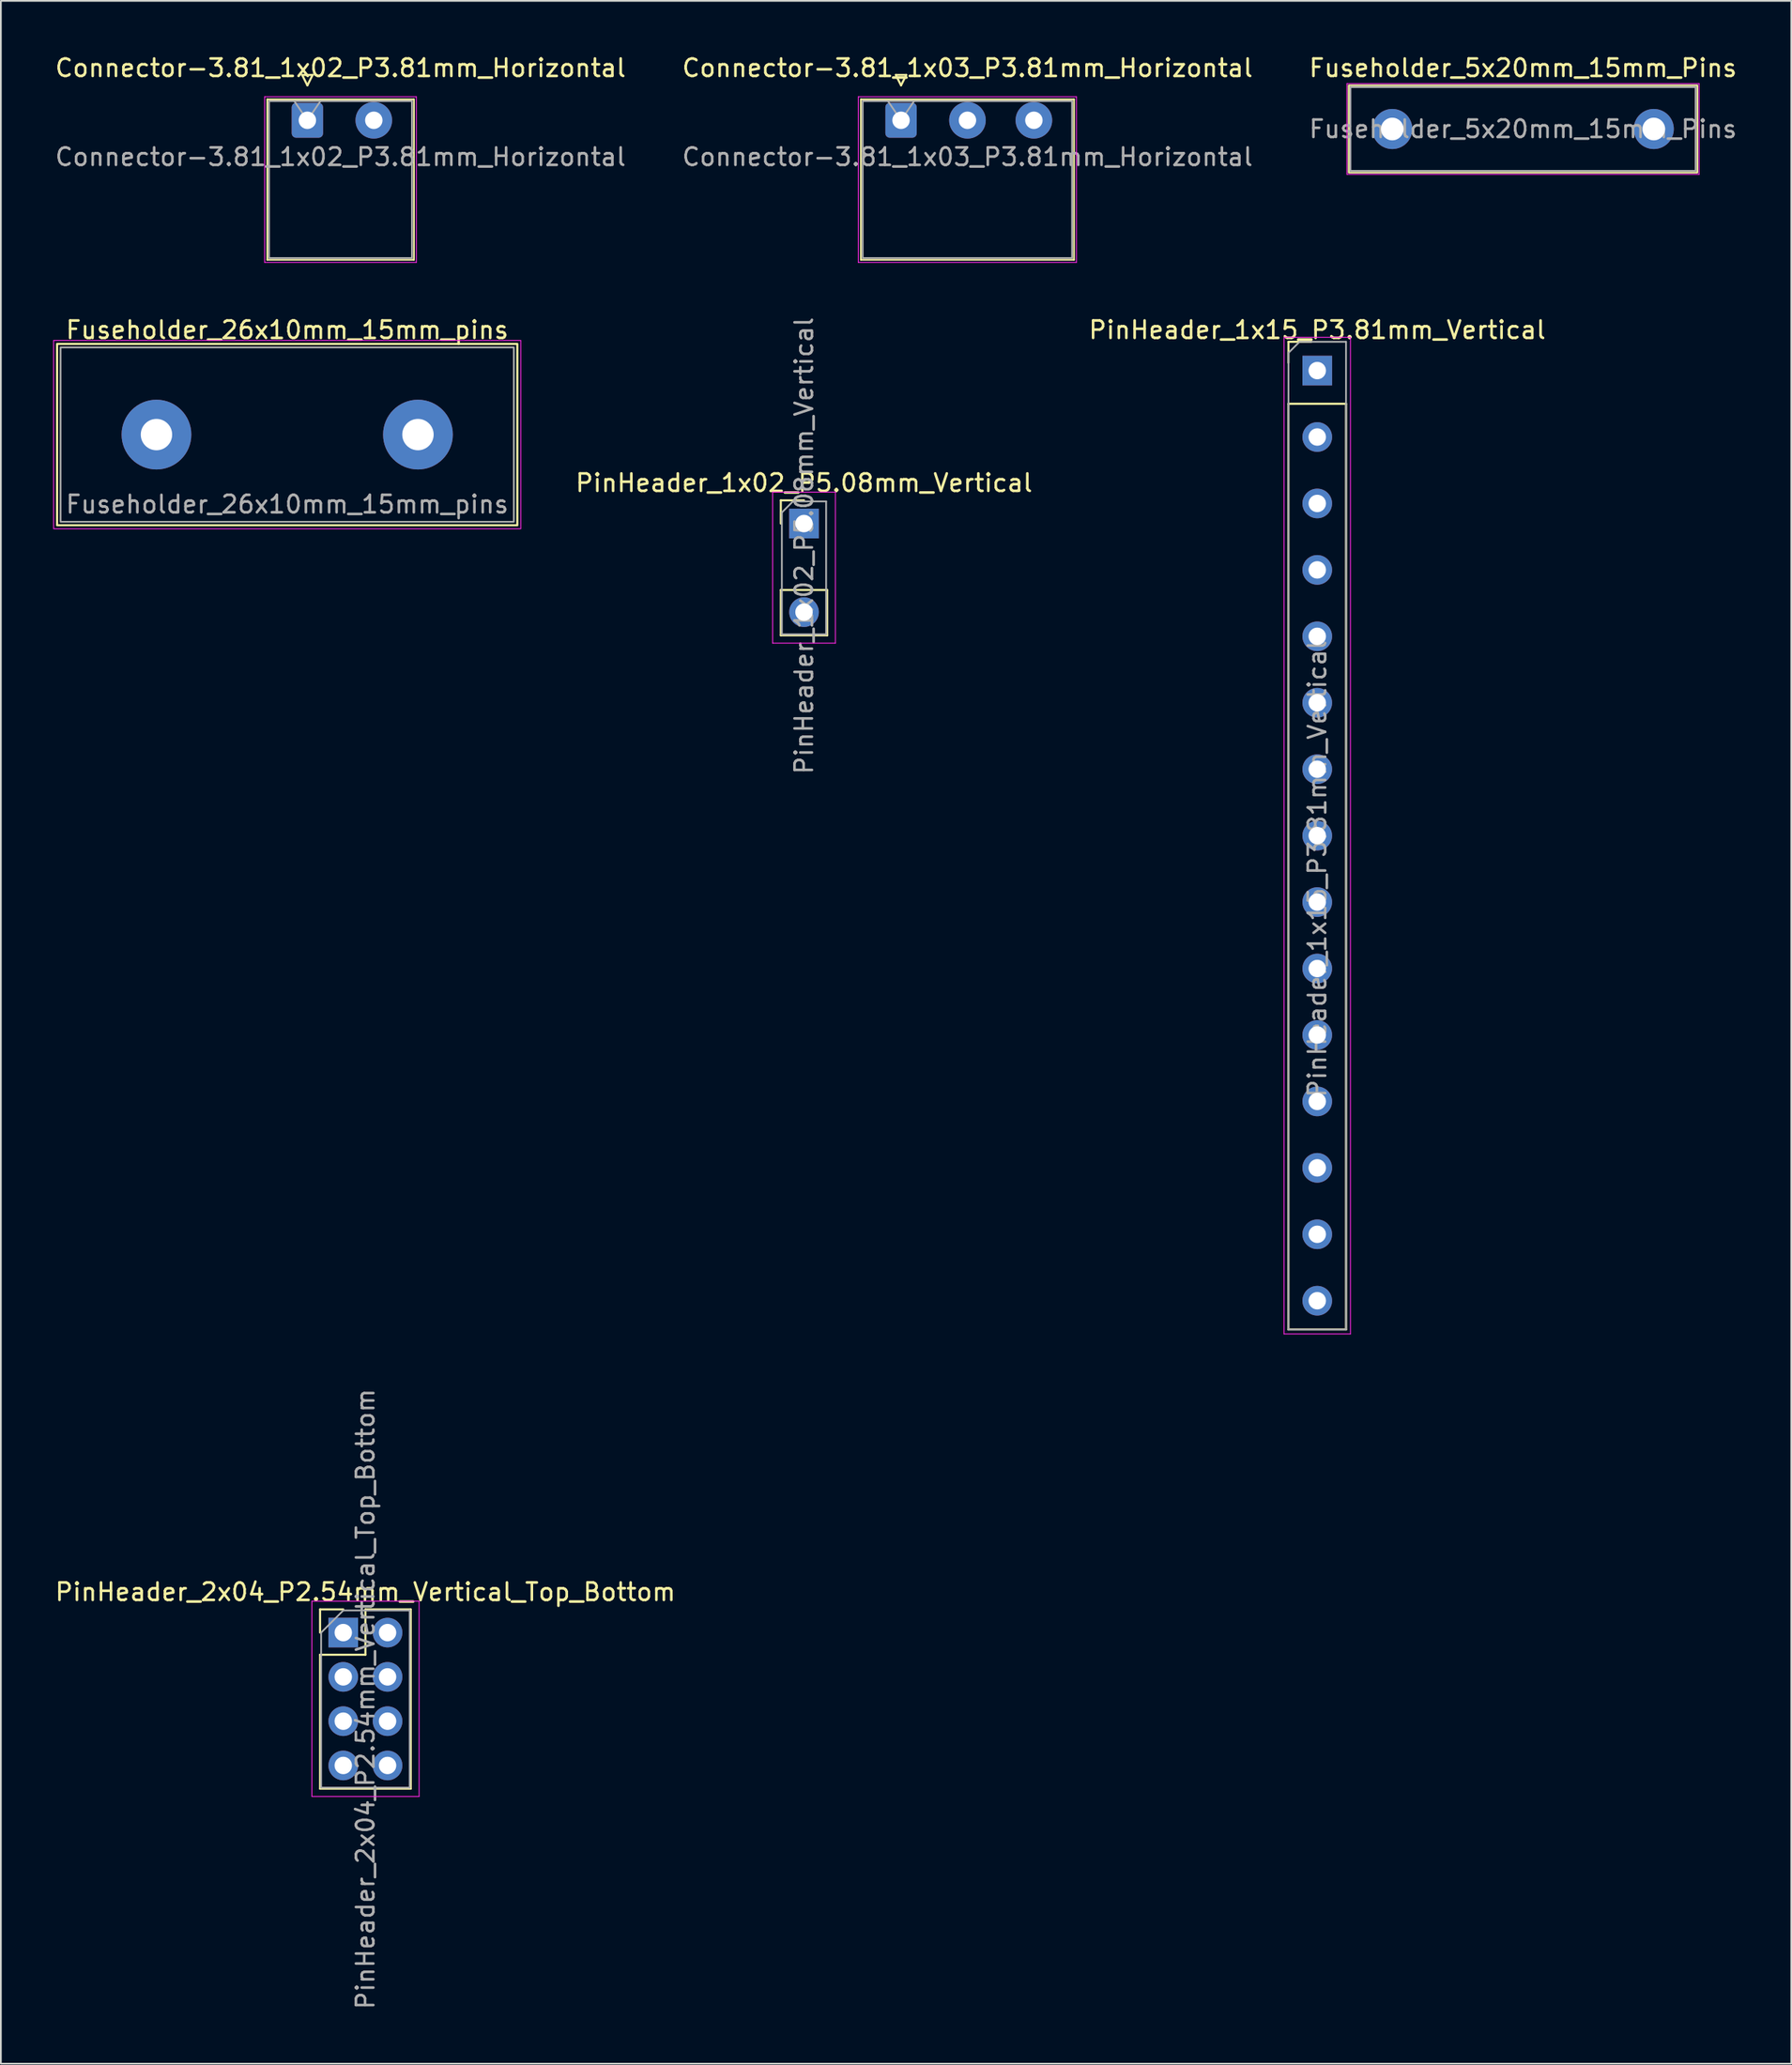
<source format=kicad_pcb>
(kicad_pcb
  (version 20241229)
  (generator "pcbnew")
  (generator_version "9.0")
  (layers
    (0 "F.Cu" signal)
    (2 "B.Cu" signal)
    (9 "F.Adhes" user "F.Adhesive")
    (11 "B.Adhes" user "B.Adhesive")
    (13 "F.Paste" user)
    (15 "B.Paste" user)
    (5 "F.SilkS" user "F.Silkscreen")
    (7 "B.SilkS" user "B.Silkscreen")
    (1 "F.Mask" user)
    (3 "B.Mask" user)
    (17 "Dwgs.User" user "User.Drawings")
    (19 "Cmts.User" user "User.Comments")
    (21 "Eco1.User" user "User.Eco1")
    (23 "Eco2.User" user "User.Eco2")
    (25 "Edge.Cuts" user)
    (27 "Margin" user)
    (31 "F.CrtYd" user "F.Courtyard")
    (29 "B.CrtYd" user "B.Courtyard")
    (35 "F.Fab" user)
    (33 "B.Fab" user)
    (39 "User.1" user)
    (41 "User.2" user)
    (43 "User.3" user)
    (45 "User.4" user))
  (footprint "Fuseholder_26x10mm_15mm_pins"
    (layer "F.Cu")
    (at 13.425 21.872)
    (property "Reference" "Fuseholder_26x10mm_15mm_pins" (at 0 -6 0) (layer "F.SilkS") (effects (font (size 1 1) (thickness 0.15))))
    (attr through_hole)
    (fp_rect (start -13.2 -5.2) (end 13.2 5.2) (stroke (width 0.12) (type default)) (fill no) (layer "F.SilkS"))
    (fp_rect (start -13.4 -5.4) (end 13.4 5.4) (stroke (width 0.05) (type default)) (fill no) (layer "F.CrtYd"))
    (fp_rect (start -13 -5) (end 13 5) (stroke (width 0.1) (type default)) (fill no) (layer "F.Fab"))
    (fp_text user "${REFERENCE}" (at 0 4 0) (layer "F.Fab") (effects (font (size 1 1) (thickness 0.15))))
    (pad "1" thru_hole circle (at -7.5 0) (size 4 4) (drill 1.8) (layers "*.Cu" "*.Mask"))
    (pad "2" thru_hole circle (at 7.5 0) (size 4 4) (drill 1.8) (layers "*.Cu" "*.Mask")))
  (footprint "PinHeader_1x15_P3.81mm_Vertical"
    (layer "F.Cu")
    (at 72.511 18.201)
    (property "Reference" "PinHeader_1x15_P3.81mm_Vertical" (at 0 -2.33 0) (layer "F.SilkS") (effects (font (size 1 1) (thickness 0.15))))
    (attr through_hole)
    (fp_line (start -1.651 -1.651) (end -0.351 -1.651) (stroke (width 0.12) (type solid)) (layer "F.SilkS"))
    (fp_line (start -1.651 -0.445) (end -1.651 -1.651) (stroke (width 0.12) (type solid)) (layer "F.SilkS"))
    (fp_line (start -1.651 1.905) (end -1.651 54.991) (stroke (width 0.12) (type solid)) (layer "F.SilkS"))
    (fp_line (start -1.651 1.905) (end 1.651 1.905) (stroke (width 0.12) (type solid)) (layer "F.SilkS"))
    (fp_line (start -1.651 54.991) (end 1.651 54.991) (stroke (width 0.12) (type solid)) (layer "F.SilkS"))
    (fp_line (start 1.651 1.905) (end 1.651 54.991) (stroke (width 0.12) (type solid)) (layer "F.SilkS"))
    (fp_line (start -1.905 -1.905) (end -1.905 55.245) (stroke (width 0.05) (type solid)) (layer "F.CrtYd"))
    (fp_line (start -1.905 55.245) (end 1.905 55.245) (stroke (width 0.05) (type solid)) (layer "F.CrtYd"))
    (fp_line (start 1.905 -1.905) (end -1.905 -1.905) (stroke (width 0.05) (type solid)) (layer "F.CrtYd"))
    (fp_line (start 1.905 55.245) (end 1.905 -1.905) (stroke (width 0.05) (type solid)) (layer "F.CrtYd"))
    (fp_line (start -1.651 -1.016) (end -1.016 -1.651) (stroke (width 0.1) (type solid)) (layer "F.Fab"))
    (fp_line (start -1.651 54.991) (end -1.651 -1.016) (stroke (width 0.1) (type solid)) (layer "F.Fab"))
    (fp_line (start -1.016 -1.651) (end 1.651 -1.651) (stroke (width 0.1) (type solid)) (layer "F.Fab"))
    (fp_line (start 1.651 -1.651) (end 1.651 54.991) (stroke (width 0.1) (type solid)) (layer "F.Fab"))
    (fp_line (start 1.651 54.991) (end -1.651 54.991) (stroke (width 0.1) (type solid)) (layer "F.Fab"))
    (fp_text user "${REFERENCE}" (at 0 28.575 90) (layer "F.Fab") (effects (font (size 1 1) (thickness 0.15))))
    (pad "1" thru_hole rect (at 0 0) (size 1.7 1.7) (drill 1) (layers "*.Cu" "*.Mask"))
    (pad "2" thru_hole oval (at 0 3.81) (size 1.7 1.7) (drill 1) (layers "*.Cu" "*.Mask"))
    (pad "3" thru_hole oval (at 0 7.62) (size 1.7 1.7) (drill 1) (layers "*.Cu" "*.Mask"))
    (pad "4" thru_hole oval (at 0 11.43) (size 1.7 1.7) (drill 1) (layers "*.Cu" "*.Mask"))
    (pad "5" thru_hole oval (at 0 15.24) (size 1.7 1.7) (drill 1) (layers "*.Cu" "*.Mask"))
    (pad "6" thru_hole oval (at 0 19.05) (size 1.7 1.7) (drill 1) (layers "*.Cu" "*.Mask"))
    (pad "7" thru_hole oval (at 0 22.86) (size 1.7 1.7) (drill 1) (layers "*.Cu" "*.Mask"))
    (pad "8" thru_hole oval (at 0 26.67) (size 1.7 1.7) (drill 1) (layers "*.Cu" "*.Mask"))
    (pad "9" thru_hole oval (at 0 30.48) (size 1.7 1.7) (drill 1) (layers "*.Cu" "*.Mask"))
    (pad "10" thru_hole oval (at 0 34.29) (size 1.7 1.7) (drill 1) (layers "*.Cu" "*.Mask"))
    (pad "11" thru_hole oval (at 0 38.1) (size 1.7 1.7) (drill 1) (layers "*.Cu" "*.Mask"))
    (pad "12" thru_hole oval (at 0 41.91) (size 1.7 1.7) (drill 1) (layers "*.Cu" "*.Mask"))
    (pad "13" thru_hole oval (at 0 45.72) (size 1.7 1.7) (drill 1) (layers "*.Cu" "*.Mask"))
    (pad "14" thru_hole oval (at 0 49.53) (size 1.7 1.7) (drill 1) (layers "*.Cu" "*.Mask"))
    (pad "15" thru_hole oval (at 0 53.34) (size 1.7 1.7) (drill 1) (layers "*.Cu" "*.Mask")))
  (footprint "Connector-3.81_1x03_P3.81mm_Horizontal"
    (layer "F.Cu")
    (at 48.636 3.848)
    (property "Reference" "Connector-3.81_1x03_P3.81mm_Horizontal" (at 3.81 -3 0) (layer "F.SilkS") (effects (font (size 1 1) (thickness 0.15))))
    (attr through_hole)
    (fp_line (start -2.3 -1.2) (end -2.3 8) (stroke (width 0.1) (type default)) (layer "F.SilkS"))
    (fp_line (start -2.3 -1.2) (end 9.92 -1.2) (stroke (width 0.1) (type default)) (layer "F.SilkS"))
    (fp_line (start -2.3 8) (end 9.92 8) (stroke (width 0.1) (type default)) (layer "F.SilkS"))
    (fp_line (start -0.3 -2.6) (end 0.3 -2.6) (stroke (width 0.12) (type solid)) (layer "F.SilkS"))
    (fp_line (start 0 -2) (end -0.3 -2.6) (stroke (width 0.12) (type solid)) (layer "F.SilkS"))
    (fp_line (start 0.3 -2.6) (end 0 -2) (stroke (width 0.12) (type solid)) (layer "F.SilkS"))
    (fp_line (start 9.92 -1.2) (end 9.92 8) (stroke (width 0.1) (type default)) (layer "F.SilkS"))
    (fp_line (start -2.45 -1.35) (end -2.45 8.15) (stroke (width 0.05) (type solid)) (layer "F.CrtYd"))
    (fp_line (start -2.45 8.15) (end 10.06 8.15) (stroke (width 0.05) (type solid)) (layer "F.CrtYd"))
    (fp_line (start 10.06 -1.35) (end -2.45 -1.35) (stroke (width 0.05) (type solid)) (layer "F.CrtYd"))
    (fp_line (start 10.06 8.15) (end 10.06 -1.35) (stroke (width 0.05) (type solid)) (layer "F.CrtYd"))
    (fp_line (start 0 0) (end -0.75 -1.1) (stroke (width 0.1) (type solid)) (layer "F.Fab"))
    (fp_line (start 0.75 -1.1) (end 0 0) (stroke (width 0.1) (type solid)) (layer "F.Fab"))
    (fp_rect (start -2.2 -1.1) (end 9.81 7.9) (stroke (width 0.1) (type default)) (fill no) (layer "F.Fab"))
    (fp_text user "${REFERENCE}" (at 3.81 2.1 0) (layer "F.Fab") (effects (font (size 1 1) (thickness 0.15))))
    (pad "1" thru_hole roundrect (at 0 0) (size 1.8 2) (drill 1) (layers "*.Cu" "*.Mask") (roundrect_rratio 0.139))
    (pad "2" thru_hole circle (at 3.81 0) (size 2.1 2.1) (drill 1) (layers "*.Cu" "*.Mask"))
    (pad "3" thru_hole circle (at 7.62 0) (size 2.1 2.1) (drill 1) (layers "*.Cu" "*.Mask")))
  (footprint "PinHeader_1x02_P5.08mm_Vertical"
    (layer "F.Cu")
    (at 43.07 26.973)
    (property "Reference" "PinHeader_1x02_P5.08mm_Vertical" (at 0 -2.33 0) (layer "F.SilkS") (effects (font (size 1 1) (thickness 0.15))))
    (attr through_hole)
    (fp_line (start -1.33 -1.33) (end 0 -1.33) (stroke (width 0.12) (type solid)) (layer "F.SilkS"))
    (fp_line (start -1.33 0) (end -1.33 -1.33) (stroke (width 0.12) (type solid)) (layer "F.SilkS"))
    (fp_line (start -1.33 3.81) (end -1.33 6.41) (stroke (width 0.12) (type solid)) (layer "F.SilkS"))
    (fp_line (start -1.33 3.81) (end 1.33 3.81) (stroke (width 0.12) (type solid)) (layer "F.SilkS"))
    (fp_line (start -1.33 6.41) (end 1.33 6.41) (stroke (width 0.12) (type solid)) (layer "F.SilkS"))
    (fp_line (start 1.33 3.81) (end 1.33 6.41) (stroke (width 0.12) (type solid)) (layer "F.SilkS"))
    (fp_line (start -1.8 -1.8) (end -1.8 6.858) (stroke (width 0.05) (type solid)) (layer "F.CrtYd"))
    (fp_line (start -1.8 6.858) (end 1.8 6.858) (stroke (width 0.05) (type solid)) (layer "F.CrtYd"))
    (fp_line (start 1.8 -1.8) (end -1.8 -1.8) (stroke (width 0.05) (type solid)) (layer "F.CrtYd"))
    (fp_line (start 1.8 6.858) (end 1.8 -1.8) (stroke (width 0.05) (type solid)) (layer "F.CrtYd"))
    (fp_line (start -1.27 -0.635) (end -0.635 -1.27) (stroke (width 0.1) (type solid)) (layer "F.Fab"))
    (fp_line (start -1.27 6.35) (end -1.27 -0.635) (stroke (width 0.1) (type solid)) (layer "F.Fab"))
    (fp_line (start -0.635 -1.27) (end 1.27 -1.27) (stroke (width 0.1) (type solid)) (layer "F.Fab"))
    (fp_line (start 1.27 -1.27) (end 1.27 6.35) (stroke (width 0.1) (type solid)) (layer "F.Fab"))
    (fp_line (start 1.27 6.35) (end -1.27 6.35) (stroke (width 0.1) (type solid)) (layer "F.Fab"))
    (fp_text user "${REFERENCE}" (at 0 1.27 90) (layer "F.Fab") (effects (font (size 1 1) (thickness 0.15))))
    (pad "1" thru_hole rect (at 0 0) (size 1.7 1.7) (drill 1) (layers "*.Cu" "*.Mask"))
    (pad "2" thru_hole oval (at 0 5.08) (size 1.7 1.7) (drill 1) (layers "*.Cu" "*.Mask")))
  (footprint "PinHeader_2x04_P2.54mm_Vertical_Top_Bottom"
    (layer "F.Cu")
    (at 16.641 90.572)
    (property "Reference" "PinHeader_2x04_P2.54mm_Vertical_Top_Bottom" (at 1.27 -2.33 0) (layer "F.SilkS") (effects (font (size 1 1) (thickness 0.15))))
    (attr through_hole)
    (fp_line (start -1.33 -1.33) (end 0 -1.33) (stroke (width 0.12) (type solid)) (layer "F.SilkS"))
    (fp_line (start -1.33 0) (end -1.33 -1.33) (stroke (width 0.12) (type solid)) (layer "F.SilkS"))
    (fp_line (start -1.33 1.27) (end -1.33 8.95) (stroke (width 0.12) (type solid)) (layer "F.SilkS"))
    (fp_line (start -1.33 1.27) (end 1.27 1.27) (stroke (width 0.12) (type solid)) (layer "F.SilkS"))
    (fp_line (start -1.33 8.95) (end 3.87 8.95) (stroke (width 0.12) (type solid)) (layer "F.SilkS"))
    (fp_line (start 1.27 -1.33) (end 3.87 -1.33) (stroke (width 0.12) (type solid)) (layer "F.SilkS"))
    (fp_line (start 1.27 1.27) (end 1.27 -1.33) (stroke (width 0.12) (type solid)) (layer "F.SilkS"))
    (fp_line (start 3.87 -1.33) (end 3.87 8.95) (stroke (width 0.12) (type solid)) (layer "F.SilkS"))
    (fp_line (start -1.8 -1.8) (end -1.8 9.4) (stroke (width 0.05) (type solid)) (layer "F.CrtYd"))
    (fp_line (start -1.8 9.4) (end 4.35 9.4) (stroke (width 0.05) (type solid)) (layer "F.CrtYd"))
    (fp_line (start 4.35 -1.8) (end -1.8 -1.8) (stroke (width 0.05) (type solid)) (layer "F.CrtYd"))
    (fp_line (start 4.35 9.4) (end 4.35 -1.8) (stroke (width 0.05) (type solid)) (layer "F.CrtYd"))
    (fp_line (start -1.27 0) (end 0 -1.27) (stroke (width 0.1) (type solid)) (layer "F.Fab"))
    (fp_line (start -1.27 8.89) (end -1.27 0) (stroke (width 0.1) (type solid)) (layer "F.Fab"))
    (fp_line (start 0 -1.27) (end 3.81 -1.27) (stroke (width 0.1) (type solid)) (layer "F.Fab"))
    (fp_line (start 3.81 -1.27) (end 3.81 8.89) (stroke (width 0.1) (type solid)) (layer "F.Fab"))
    (fp_line (start 3.81 8.89) (end -1.27 8.89) (stroke (width 0.1) (type solid)) (layer "F.Fab"))
    (fp_text user "${REFERENCE}" (at 1.27 3.81 90) (layer "F.Fab") (effects (font (size 1 1) (thickness 0.15))))
    (pad "1" thru_hole rect (at 0 0) (size 1.7 1.7) (drill 1) (layers "*.Cu" "*.Mask"))
    (pad "2" thru_hole oval (at 0 2.54) (size 1.7 1.7) (drill 1) (layers "*.Cu" "*.Mask"))
    (pad "3" thru_hole oval (at 0 5.08) (size 1.7 1.7) (drill 1) (layers "*.Cu" "*.Mask"))
    (pad "4" thru_hole oval (at 0 7.62) (size 1.7 1.7) (drill 1) (layers "*.Cu" "*.Mask"))
    (pad "5" thru_hole oval (at 2.54 0) (size 1.7 1.7) (drill 1) (layers "*.Cu" "*.Mask"))
    (pad "6" thru_hole oval (at 2.54 2.54) (size 1.7 1.7) (drill 1) (layers "*.Cu" "*.Mask"))
    (pad "7" thru_hole oval (at 2.54 5.08) (size 1.7 1.7) (drill 1) (layers "*.Cu" "*.Mask"))
    (pad "8" thru_hole oval (at 2.54 7.62) (size 1.7 1.7) (drill 1) (layers "*.Cu" "*.Mask")))
  (footprint "Fuseholder_5x20mm_15mm_Pins"
    (layer "F.Cu")
    (at 76.815 4.348)
    (property "Reference" "Fuseholder_5x20mm_15mm_Pins" (at 7.5 -3.5 0) (unlocked yes) (layer "F.SilkS") (effects (font (size 1 1) (thickness 0.15))))
    (attr through_hole)
    (fp_rect (start -2.5 -2.5) (end 17.5 2.5) (stroke (width 0.1) (type default)) (fill no) (layer "F.SilkS"))
    (fp_line (start -2.6 -2.6) (end 17.6 -2.6) (stroke (width 0.05) (type solid)) (layer "F.CrtYd"))
    (fp_line (start -2.6 2.6) (end -2.6 -2.6) (stroke (width 0.05) (type solid)) (layer "F.CrtYd"))
    (fp_line (start 17.6 -2.6) (end 17.6 2.6) (stroke (width 0.05) (type solid)) (layer "F.CrtYd"))
    (fp_line (start 17.6 2.6) (end -2.6 2.6) (stroke (width 0.05) (type solid)) (layer "F.CrtYd"))
    (fp_line (start -2.4 -2.4) (end 17.4 -2.4) (stroke (width 0.1) (type solid)) (layer "F.Fab"))
    (fp_line (start -2.4 2.4) (end -2.4 -2.4) (stroke (width 0.1) (type solid)) (layer "F.Fab"))
    (fp_line (start 17.4 -2.4) (end 17.4 2.4) (stroke (width 0.1) (type solid)) (layer "F.Fab"))
    (fp_line (start 17.4 2.4) (end -2.4 2.4) (stroke (width 0.1) (type solid)) (layer "F.Fab"))
    (fp_text user "${REFERENCE}" (at 7.5 0 0) (unlocked yes) (layer "F.Fab") (effects (font (size 1 1) (thickness 0.15))))
    (pad "1" thru_hole circle (at 0 0) (size 2.3 2.3) (drill 1.3) (layers "*.Cu" "*.Mask"))
    (pad "2" thru_hole circle (at 15 0) (size 2.3 2.3) (drill 1.3) (layers "*.Cu" "*.Mask")))
  (footprint "Connector-3.81_1x02_P3.81mm_Horizontal"
    (layer "F.Cu")
    (at 14.582 3.848)
    (property "Reference" "Connector-3.81_1x02_P3.81mm_Horizontal" (at 1.9 -3 0) (layer "F.SilkS") (effects (font (size 1 1) (thickness 0.15))))
    (attr through_hole)
    (fp_line (start -2.3 -1.2) (end -2.3 8) (stroke (width 0.1) (type default)) (layer "F.SilkS"))
    (fp_line (start -2.3 -1.2) (end 6.11 -1.2) (stroke (width 0.1) (type default)) (layer "F.SilkS"))
    (fp_line (start -2.3 8) (end 6.11 8) (stroke (width 0.1) (type default)) (layer "F.SilkS"))
    (fp_line (start -0.3 -2.6) (end 0.3 -2.6) (stroke (width 0.12) (type solid)) (layer "F.SilkS"))
    (fp_line (start 0 -2) (end -0.3 -2.6) (stroke (width 0.12) (type solid)) (layer "F.SilkS"))
    (fp_line (start 0.3 -2.6) (end 0 -2) (stroke (width 0.12) (type solid)) (layer "F.SilkS"))
    (fp_line (start 6.11 -1.2) (end 6.11 8) (stroke (width 0.1) (type default)) (layer "F.SilkS"))
    (fp_line (start -2.45 -1.35) (end -2.45 8.15) (stroke (width 0.05) (type solid)) (layer "F.CrtYd"))
    (fp_line (start -2.45 8.15) (end 6.25 8.15) (stroke (width 0.05) (type solid)) (layer "F.CrtYd"))
    (fp_line (start 6.25 -1.35) (end -2.45 -1.35) (stroke (width 0.05) (type solid)) (layer "F.CrtYd"))
    (fp_line (start 6.25 8.15) (end 6.25 -1.35) (stroke (width 0.05) (type solid)) (layer "F.CrtYd"))
    (fp_line (start 0 0) (end -0.75 -1.1) (stroke (width 0.1) (type solid)) (layer "F.Fab"))
    (fp_line (start 0.75 -1.1) (end 0 0) (stroke (width 0.1) (type solid)) (layer "F.Fab"))
    (fp_rect (start -2.2 -1.1) (end 6 7.9) (stroke (width 0.1) (type default)) (fill no) (layer "F.Fab"))
    (fp_text user "${REFERENCE}" (at 1.9 2.1 0) (layer "F.Fab") (effects (font (size 1 1) (thickness 0.15))))
    (pad "1" thru_hole roundrect (at 0 0) (size 1.8 2) (drill 1) (layers "*.Cu" "*.Mask") (roundrect_rratio 0.139))
    (pad "2" thru_hole circle (at 3.81 0) (size 2.1 2.1) (drill 1) (layers "*.Cu" "*.Mask")))
  (gr_rect
    (start -3 -3)
    (end 99.702 115.293)
    (stroke (width 0.1) (type default))
    (fill no)
    (layer "Edge.Cuts")))
</source>
